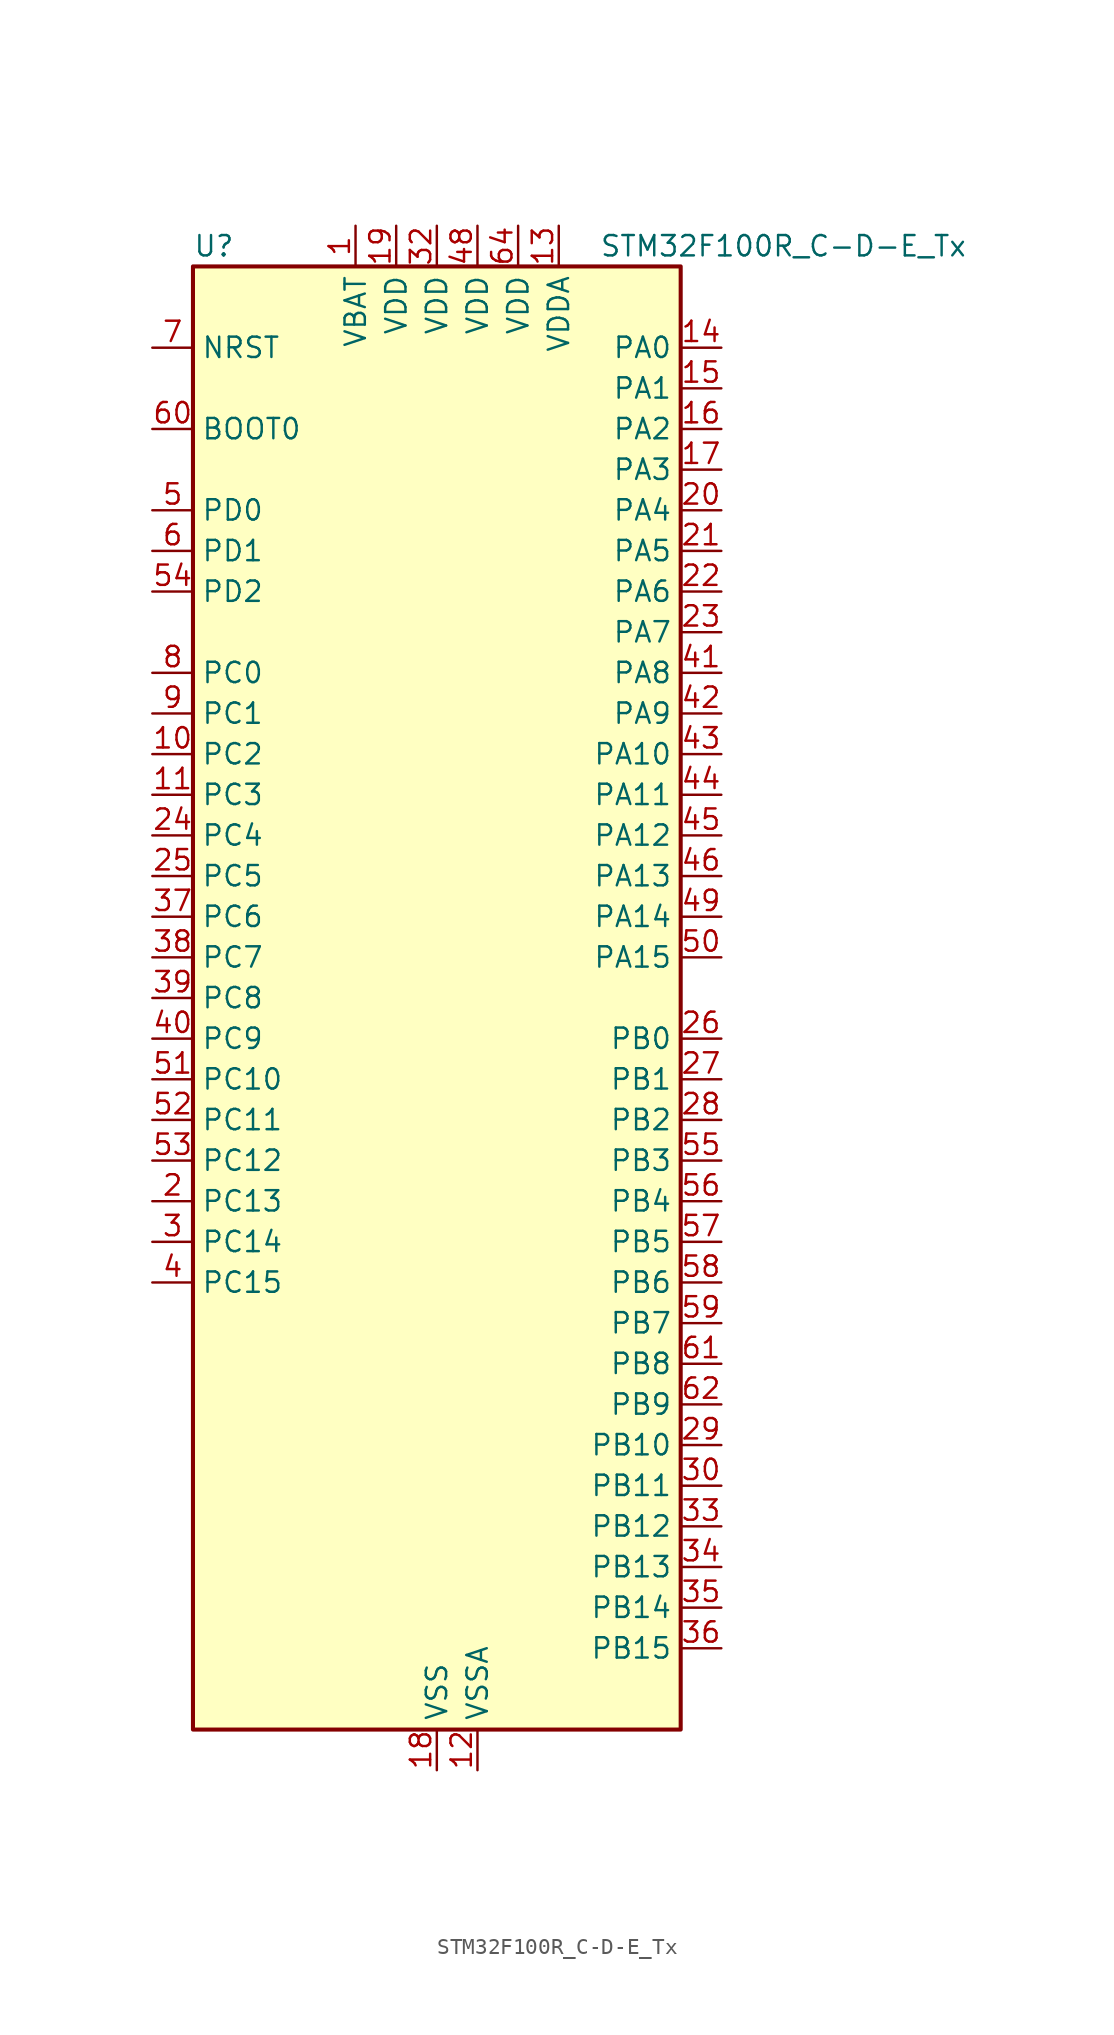
<source format=kicad_sym>
(kicad_symbol_lib
  (version 20241209)
  (generator "kicad_symbol_editor")
  (generator_version "9.0")
  (symbol "STM32F100R_C-D-E_Tx"
    (property "Reference" "U"
      (at -15.24 46.99 0)
      (effects (font (size 1.27 1.27)) (justify left)))
    (property "Value" "STM32F100R_C-D-E_Tx"
      (at 10.16 46.99 0)
      (effects (font (size 1.27 1.27)) (justify left)))
    (symbol "STM32F100R_C-D-E_Tx_0_1"
      (rectangle (start -15.24 -45.72) (end 15.24 45.72) (stroke (width 0.254) (type default)) (fill (type background))))
    (symbol "STM32F100R_C-D-E_Tx_1_1"
      (pin input line (at -17.78 40.64 0) (length 2.54) (name "NRST" (effects (font (size 1.27 1.27)))) (number "7" (effects (font (size 1.27 1.27)))))
      (pin input line (at -17.78 35.56 0) (length 2.54) (name "BOOT0" (effects (font (size 1.27 1.27)))) (number "60" (effects (font (size 1.27 1.27)))))
      (pin bidirectional line (at -17.78 30.48 0) (length 2.54) (name "PD0" (effects (font (size 1.27 1.27)))) (number "5" (effects (font (size 1.27 1.27)))) (alternate "RCC_OSC_IN" bidirectional line))
      (pin bidirectional line (at -17.78 27.94 0) (length 2.54) (name "PD1" (effects (font (size 1.27 1.27)))) (number "6" (effects (font (size 1.27 1.27)))) (alternate "RCC_OSC_OUT" bidirectional line))
      (pin bidirectional line (at -17.78 25.4 0) (length 2.54) (name "PD2" (effects (font (size 1.27 1.27)))) (number "54" (effects (font (size 1.27 1.27)))) (alternate "TIM3_ETR" bidirectional line) (alternate "UART5_RX" bidirectional line))
      (pin bidirectional line (at -17.78 20.32 0) (length 2.54) (name "PC0" (effects (font (size 1.27 1.27)))) (number "8" (effects (font (size 1.27 1.27)))) (alternate "ADC1_IN10" bidirectional line))
      (pin bidirectional line (at -17.78 17.78 0) (length 2.54) (name "PC1" (effects (font (size 1.27 1.27)))) (number "9" (effects (font (size 1.27 1.27)))) (alternate "ADC1_IN11" bidirectional line))
      (pin bidirectional line (at -17.78 15.24 0) (length 2.54) (name "PC2" (effects (font (size 1.27 1.27)))) (number "10" (effects (font (size 1.27 1.27)))) (alternate "ADC1_IN12" bidirectional line))
      (pin bidirectional line (at -17.78 12.7 0) (length 2.54) (name "PC3" (effects (font (size 1.27 1.27)))) (number "11" (effects (font (size 1.27 1.27)))) (alternate "ADC1_IN13" bidirectional line))
      (pin bidirectional line (at -17.78 10.16 0) (length 2.54) (name "PC4" (effects (font (size 1.27 1.27)))) (number "24" (effects (font (size 1.27 1.27)))) (alternate "ADC1_IN14" bidirectional line) (alternate "TIM12_CH1" bidirectional line))
      (pin bidirectional line (at -17.78 7.62 0) (length 2.54) (name "PC5" (effects (font (size 1.27 1.27)))) (number "25" (effects (font (size 1.27 1.27)))) (alternate "ADC1_IN15" bidirectional line) (alternate "TIM12_CH2" bidirectional line))
      (pin bidirectional line (at -17.78 5.08 0) (length 2.54) (name "PC6" (effects (font (size 1.27 1.27)))) (number "37" (effects (font (size 1.27 1.27)))) (alternate "TIM3_CH1" bidirectional line))
      (pin bidirectional line (at -17.78 2.54 0) (length 2.54) (name "PC7" (effects (font (size 1.27 1.27)))) (number "38" (effects (font (size 1.27 1.27)))) (alternate "TIM3_CH2" bidirectional line))
      (pin bidirectional line (at -17.78 0 0) (length 2.54) (name "PC8" (effects (font (size 1.27 1.27)))) (number "39" (effects (font (size 1.27 1.27)))) (alternate "TIM13_CH1" bidirectional line) (alternate "TIM3_CH3" bidirectional line))
      (pin bidirectional line (at -17.78 -2.54 0) (length 2.54) (name "PC9" (effects (font (size 1.27 1.27)))) (number "40" (effects (font (size 1.27 1.27)))) (alternate "DAC_EXTI9" bidirectional line) (alternate "TIM14_CH1" bidirectional line) (alternate "TIM3_CH4" bidirectional line))
      (pin bidirectional line (at -17.78 -5.08 0) (length 2.54) (name "PC10" (effects (font (size 1.27 1.27)))) (number "51" (effects (font (size 1.27 1.27)))) (alternate "UART4_TX" bidirectional line) (alternate "USART3_TX" bidirectional line))
      (pin bidirectional line (at -17.78 -7.62 0) (length 2.54) (name "PC11" (effects (font (size 1.27 1.27)))) (number "52" (effects (font (size 1.27 1.27)))) (alternate "ADC1_EXTI11" bidirectional line) (alternate "UART4_RX" bidirectional line) (alternate "USART3_RX" bidirectional line))
      (pin bidirectional line (at -17.78 -10.16 0) (length 2.54) (name "PC12" (effects (font (size 1.27 1.27)))) (number "53" (effects (font (size 1.27 1.27)))) (alternate "UART5_TX" bidirectional line) (alternate "USART3_CK" bidirectional line))
      (pin bidirectional line (at -17.78 -12.7 0) (length 2.54) (name "PC13" (effects (font (size 1.27 1.27)))) (number "2" (effects (font (size 1.27 1.27)))) (alternate "RTC_OUT" bidirectional line) (alternate "RTC_TAMPER" bidirectional line))
      (pin bidirectional line (at -17.78 -15.24 0) (length 2.54) (name "PC14" (effects (font (size 1.27 1.27)))) (number "3" (effects (font (size 1.27 1.27)))) (alternate "RCC_OSC32_IN" bidirectional line))
      (pin bidirectional line (at -17.78 -17.78 0) (length 2.54) (name "PC15" (effects (font (size 1.27 1.27)))) (number "4" (effects (font (size 1.27 1.27)))) (alternate "ADC1_EXTI15" bidirectional line) (alternate "RCC_OSC32_OUT" bidirectional line))
      (pin power_in line (at -5.08 48.26 270) (length 2.54) (name "VBAT" (effects (font (size 1.27 1.27)))) (number "1" (effects (font (size 1.27 1.27)))))
      (pin power_in line (at -2.54 48.26 270) (length 2.54) (name "VDD" (effects (font (size 1.27 1.27)))) (number "19" (effects (font (size 1.27 1.27)))))
      (pin power_in line (at 0 48.26 270) (length 2.54) (name "VDD" (effects (font (size 1.27 1.27)))) (number "32" (effects (font (size 1.27 1.27)))))
      (pin power_in line (at 0 -48.26 90) (length 2.54) (name "VSS" (effects (font (size 1.27 1.27)))) (number "18" (effects (font (size 1.27 1.27)))))
      (pin passive line (at 0 -48.26 90) (length 2.54) (hide yes) (name "VSS" (effects (font (size 1.27 1.27)))) (number "31" (effects (font (size 1.27 1.27)))))
      (pin passive line (at 0 -48.26 90) (length 2.54) (hide yes) (name "VSS" (effects (font (size 1.27 1.27)))) (number "47" (effects (font (size 1.27 1.27)))))
      (pin passive line (at 0 -48.26 90) (length 2.54) (hide yes) (name "VSS" (effects (font (size 1.27 1.27)))) (number "63" (effects (font (size 1.27 1.27)))))
      (pin power_in line (at 2.54 48.26 270) (length 2.54) (name "VDD" (effects (font (size 1.27 1.27)))) (number "48" (effects (font (size 1.27 1.27)))))
      (pin power_in line (at 2.54 -48.26 90) (length 2.54) (name "VSSA" (effects (font (size 1.27 1.27)))) (number "12" (effects (font (size 1.27 1.27)))))
      (pin power_in line (at 5.08 48.26 270) (length 2.54) (name "VDD" (effects (font (size 1.27 1.27)))) (number "64" (effects (font (size 1.27 1.27)))))
      (pin power_in line (at 7.62 48.26 270) (length 2.54) (name "VDDA" (effects (font (size 1.27 1.27)))) (number "13" (effects (font (size 1.27 1.27)))))
      (pin bidirectional line (at 17.78 40.64 180) (length 2.54) (name "PA0" (effects (font (size 1.27 1.27)))) (number "14" (effects (font (size 1.27 1.27)))) (alternate "ADC1_IN0" bidirectional line) (alternate "SYS_WKUP" bidirectional line) (alternate "TIM2_CH1" bidirectional line) (alternate "TIM2_ETR" bidirectional line) (alternate "TIM5_CH1" bidirectional line) (alternate "USART2_CTS" bidirectional line))
      (pin bidirectional line (at 17.78 38.1 180) (length 2.54) (name "PA1" (effects (font (size 1.27 1.27)))) (number "15" (effects (font (size 1.27 1.27)))) (alternate "ADC1_IN1" bidirectional line) (alternate "TIM2_CH2" bidirectional line) (alternate "TIM5_CH2" bidirectional line) (alternate "USART2_RTS" bidirectional line))
      (pin bidirectional line (at 17.78 35.56 180) (length 2.54) (name "PA2" (effects (font (size 1.27 1.27)))) (number "16" (effects (font (size 1.27 1.27)))) (alternate "ADC1_IN2" bidirectional line) (alternate "TIM15_CH1" bidirectional line) (alternate "TIM2_CH3" bidirectional line) (alternate "TIM5_CH3" bidirectional line) (alternate "USART2_TX" bidirectional line))
      (pin bidirectional line (at 17.78 33.02 180) (length 2.54) (name "PA3" (effects (font (size 1.27 1.27)))) (number "17" (effects (font (size 1.27 1.27)))) (alternate "ADC1_IN3" bidirectional line) (alternate "TIM15_CH2" bidirectional line) (alternate "TIM2_CH4" bidirectional line) (alternate "TIM5_CH4" bidirectional line) (alternate "USART2_RX" bidirectional line))
      (pin bidirectional line (at 17.78 30.48 180) (length 2.54) (name "PA4" (effects (font (size 1.27 1.27)))) (number "20" (effects (font (size 1.27 1.27)))) (alternate "ADC1_IN4" bidirectional line) (alternate "DAC_OUT1" bidirectional line) (alternate "SPI1_NSS" bidirectional line) (alternate "USART2_CK" bidirectional line))
      (pin bidirectional line (at 17.78 27.94 180) (length 2.54) (name "PA5" (effects (font (size 1.27 1.27)))) (number "21" (effects (font (size 1.27 1.27)))) (alternate "ADC1_IN5" bidirectional line) (alternate "DAC_OUT2" bidirectional line) (alternate "SPI1_SCK" bidirectional line))
      (pin bidirectional line (at 17.78 25.4 180) (length 2.54) (name "PA6" (effects (font (size 1.27 1.27)))) (number "22" (effects (font (size 1.27 1.27)))) (alternate "ADC1_IN6" bidirectional line) (alternate "SPI1_MISO" bidirectional line) (alternate "TIM16_CH1" bidirectional line) (alternate "TIM1_BKIN" bidirectional line) (alternate "TIM3_CH1" bidirectional line))
      (pin bidirectional line (at 17.78 22.86 180) (length 2.54) (name "PA7" (effects (font (size 1.27 1.27)))) (number "23" (effects (font (size 1.27 1.27)))) (alternate "ADC1_IN7" bidirectional line) (alternate "SPI1_MOSI" bidirectional line) (alternate "TIM17_CH1" bidirectional line) (alternate "TIM1_CH1N" bidirectional line) (alternate "TIM3_CH2" bidirectional line))
      (pin bidirectional line (at 17.78 20.32 180) (length 2.54) (name "PA8" (effects (font (size 1.27 1.27)))) (number "41" (effects (font (size 1.27 1.27)))) (alternate "RCC_MCO" bidirectional line) (alternate "TIM1_CH1" bidirectional line) (alternate "USART1_CK" bidirectional line))
      (pin bidirectional line (at 17.78 17.78 180) (length 2.54) (name "PA9" (effects (font (size 1.27 1.27)))) (number "42" (effects (font (size 1.27 1.27)))) (alternate "DAC_EXTI9" bidirectional line) (alternate "TIM15_BKIN" bidirectional line) (alternate "TIM1_CH2" bidirectional line) (alternate "USART1_TX" bidirectional line))
      (pin bidirectional line (at 17.78 15.24 180) (length 2.54) (name "PA10" (effects (font (size 1.27 1.27)))) (number "43" (effects (font (size 1.27 1.27)))) (alternate "TIM17_BKIN" bidirectional line) (alternate "TIM1_CH3" bidirectional line) (alternate "USART1_RX" bidirectional line))
      (pin bidirectional line (at 17.78 12.7 180) (length 2.54) (name "PA11" (effects (font (size 1.27 1.27)))) (number "44" (effects (font (size 1.27 1.27)))) (alternate "ADC1_EXTI11" bidirectional line) (alternate "TIM1_CH4" bidirectional line) (alternate "USART1_CTS" bidirectional line))
      (pin bidirectional line (at 17.78 10.16 180) (length 2.54) (name "PA12" (effects (font (size 1.27 1.27)))) (number "45" (effects (font (size 1.27 1.27)))) (alternate "TIM1_ETR" bidirectional line) (alternate "USART1_RTS" bidirectional line))
      (pin bidirectional line (at 17.78 7.62 180) (length 2.54) (name "PA13" (effects (font (size 1.27 1.27)))) (number "46" (effects (font (size 1.27 1.27)))) (alternate "SYS_JTMS-SWDIO" bidirectional line))
      (pin bidirectional line (at 17.78 5.08 180) (length 2.54) (name "PA14" (effects (font (size 1.27 1.27)))) (number "49" (effects (font (size 1.27 1.27)))) (alternate "SYS_JTCK-SWCLK" bidirectional line))
      (pin bidirectional line (at 17.78 2.54 180) (length 2.54) (name "PA15" (effects (font (size 1.27 1.27)))) (number "50" (effects (font (size 1.27 1.27)))) (alternate "ADC1_EXTI15" bidirectional line) (alternate "SPI1_NSS" bidirectional line) (alternate "SPI3_NSS" bidirectional line) (alternate "SYS_JTDI" bidirectional line) (alternate "TIM2_CH1" bidirectional line) (alternate "TIM2_ETR" bidirectional line))
      (pin bidirectional line (at 17.78 -2.54 180) (length 2.54) (name "PB0" (effects (font (size 1.27 1.27)))) (number "26" (effects (font (size 1.27 1.27)))) (alternate "ADC1_IN8" bidirectional line) (alternate "TIM13_CH1" bidirectional line) (alternate "TIM1_CH2N" bidirectional line) (alternate "TIM3_CH3" bidirectional line))
      (pin bidirectional line (at 17.78 -5.08 180) (length 2.54) (name "PB1" (effects (font (size 1.27 1.27)))) (number "27" (effects (font (size 1.27 1.27)))) (alternate "ADC1_IN9" bidirectional line) (alternate "TIM14_CH1" bidirectional line) (alternate "TIM1_CH3N" bidirectional line) (alternate "TIM3_CH4" bidirectional line))
      (pin bidirectional line (at 17.78 -7.62 180) (length 2.54) (name "PB2" (effects (font (size 1.27 1.27)))) (number "28" (effects (font (size 1.27 1.27)))))
      (pin bidirectional line (at 17.78 -10.16 180) (length 2.54) (name "PB3" (effects (font (size 1.27 1.27)))) (number "55" (effects (font (size 1.27 1.27)))) (alternate "SPI1_SCK" bidirectional line) (alternate "SPI3_SCK" bidirectional line) (alternate "SYS_JTDO-TRACESWO" bidirectional line) (alternate "TIM2_CH2" bidirectional line))
      (pin bidirectional line (at 17.78 -12.7 180) (length 2.54) (name "PB4" (effects (font (size 1.27 1.27)))) (number "56" (effects (font (size 1.27 1.27)))) (alternate "SPI1_MISO" bidirectional line) (alternate "SPI3_MISO" bidirectional line) (alternate "SYS_NJTRST" bidirectional line) (alternate "TIM3_CH1" bidirectional line))
      (pin bidirectional line (at 17.78 -15.24 180) (length 2.54) (name "PB5" (effects (font (size 1.27 1.27)))) (number "57" (effects (font (size 1.27 1.27)))) (alternate "I2C1_SMBA" bidirectional line) (alternate "SPI1_MOSI" bidirectional line) (alternate "SPI3_MOSI" bidirectional line) (alternate "TIM16_BKIN" bidirectional line) (alternate "TIM3_CH2" bidirectional line))
      (pin bidirectional line (at 17.78 -17.78 180) (length 2.54) (name "PB6" (effects (font (size 1.27 1.27)))) (number "58" (effects (font (size 1.27 1.27)))) (alternate "I2C1_SCL" bidirectional line) (alternate "TIM16_CH1N" bidirectional line) (alternate "TIM4_CH1" bidirectional line) (alternate "USART1_TX" bidirectional line))
      (pin bidirectional line (at 17.78 -20.32 180) (length 2.54) (name "PB7" (effects (font (size 1.27 1.27)))) (number "59" (effects (font (size 1.27 1.27)))) (alternate "I2C1_SDA" bidirectional line) (alternate "TIM17_CH1N" bidirectional line) (alternate "TIM4_CH2" bidirectional line) (alternate "USART1_RX" bidirectional line))
      (pin bidirectional line (at 17.78 -22.86 180) (length 2.54) (name "PB8" (effects (font (size 1.27 1.27)))) (number "61" (effects (font (size 1.27 1.27)))) (alternate "CEC" bidirectional line) (alternate "I2C1_SCL" bidirectional line) (alternate "TIM16_CH1" bidirectional line) (alternate "TIM4_CH3" bidirectional line))
      (pin bidirectional line (at 17.78 -25.4 180) (length 2.54) (name "PB9" (effects (font (size 1.27 1.27)))) (number "62" (effects (font (size 1.27 1.27)))) (alternate "DAC_EXTI9" bidirectional line) (alternate "I2C1_SDA" bidirectional line) (alternate "TIM17_CH1" bidirectional line) (alternate "TIM4_CH4" bidirectional line))
      (pin bidirectional line (at 17.78 -27.94 180) (length 2.54) (name "PB10" (effects (font (size 1.27 1.27)))) (number "29" (effects (font (size 1.27 1.27)))) (alternate "CEC" bidirectional line) (alternate "I2C2_SCL" bidirectional line) (alternate "TIM2_CH3" bidirectional line) (alternate "USART3_TX" bidirectional line))
      (pin bidirectional line (at 17.78 -30.48 180) (length 2.54) (name "PB11" (effects (font (size 1.27 1.27)))) (number "30" (effects (font (size 1.27 1.27)))) (alternate "ADC1_EXTI11" bidirectional line) (alternate "I2C2_SDA" bidirectional line) (alternate "TIM2_CH4" bidirectional line) (alternate "USART3_RX" bidirectional line))
      (pin bidirectional line (at 17.78 -33.02 180) (length 2.54) (name "PB12" (effects (font (size 1.27 1.27)))) (number "33" (effects (font (size 1.27 1.27)))) (alternate "I2C2_SMBA" bidirectional line) (alternate "SPI2_NSS" bidirectional line) (alternate "TIM12_CH1" bidirectional line) (alternate "TIM1_BKIN" bidirectional line) (alternate "USART3_CK" bidirectional line))
      (pin bidirectional line (at 17.78 -35.56 180) (length 2.54) (name "PB13" (effects (font (size 1.27 1.27)))) (number "34" (effects (font (size 1.27 1.27)))) (alternate "SPI2_SCK" bidirectional line) (alternate "TIM12_CH2" bidirectional line) (alternate "TIM1_CH1N" bidirectional line) (alternate "USART3_CTS" bidirectional line))
      (pin bidirectional line (at 17.78 -38.1 180) (length 2.54) (name "PB14" (effects (font (size 1.27 1.27)))) (number "35" (effects (font (size 1.27 1.27)))) (alternate "SPI2_MISO" bidirectional line) (alternate "TIM15_CH1" bidirectional line) (alternate "TIM1_CH2N" bidirectional line) (alternate "USART3_RTS" bidirectional line))
      (pin bidirectional line (at 17.78 -40.64 180) (length 2.54) (name "PB15" (effects (font (size 1.27 1.27)))) (number "36" (effects (font (size 1.27 1.27)))) (alternate "ADC1_EXTI15" bidirectional line) (alternate "SPI2_MOSI" bidirectional line) (alternate "TIM15_CH1N" bidirectional line) (alternate "TIM15_CH2" bidirectional line) (alternate "TIM1_CH3N" bidirectional line)))))
</source>
